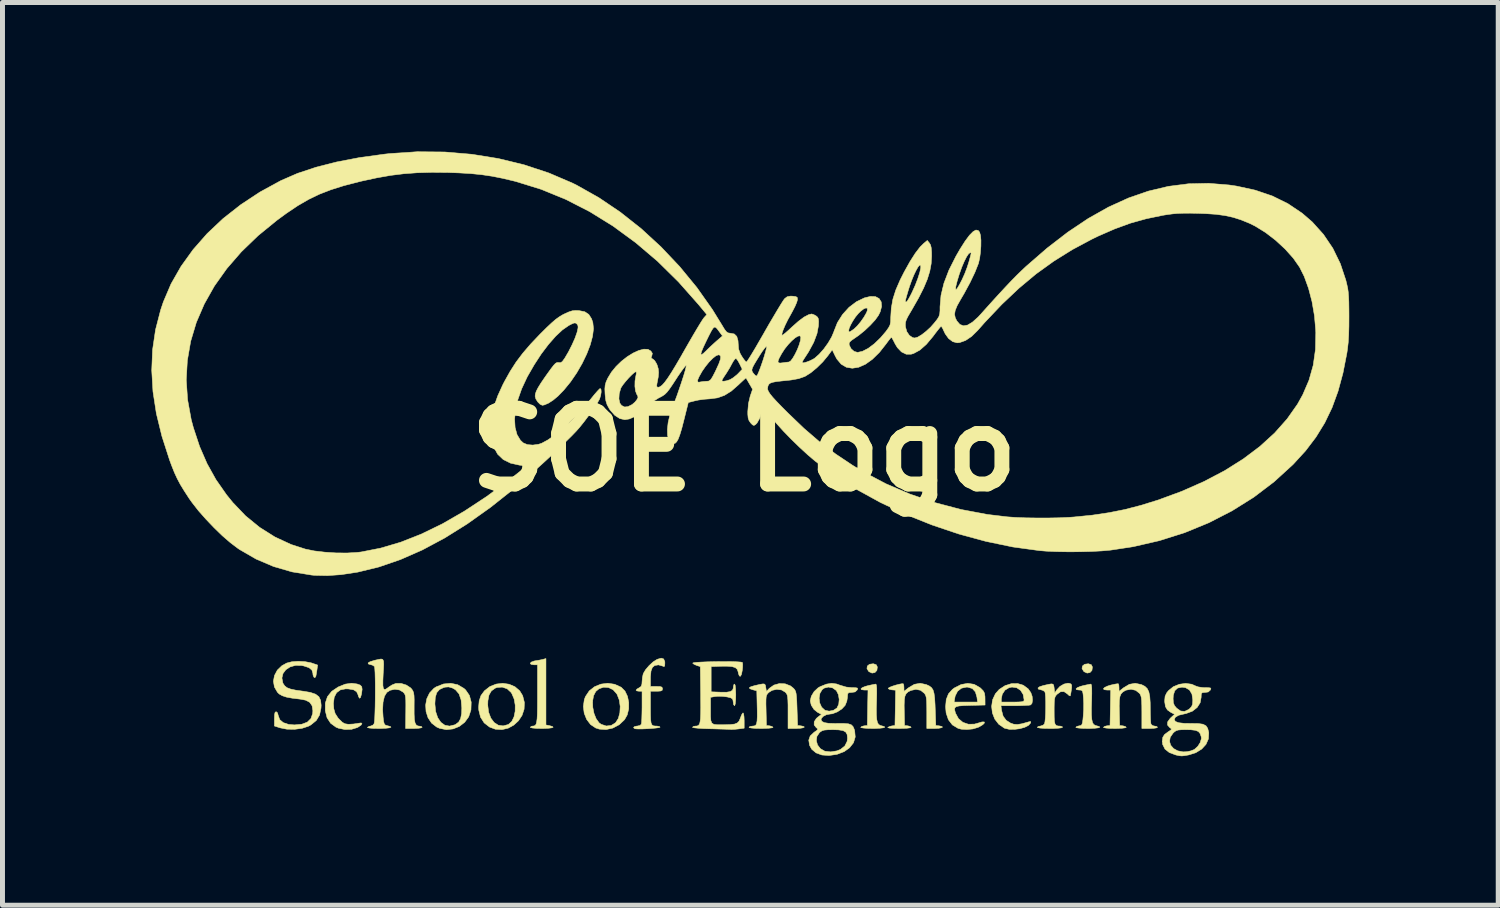
<source format=kicad_pcb>
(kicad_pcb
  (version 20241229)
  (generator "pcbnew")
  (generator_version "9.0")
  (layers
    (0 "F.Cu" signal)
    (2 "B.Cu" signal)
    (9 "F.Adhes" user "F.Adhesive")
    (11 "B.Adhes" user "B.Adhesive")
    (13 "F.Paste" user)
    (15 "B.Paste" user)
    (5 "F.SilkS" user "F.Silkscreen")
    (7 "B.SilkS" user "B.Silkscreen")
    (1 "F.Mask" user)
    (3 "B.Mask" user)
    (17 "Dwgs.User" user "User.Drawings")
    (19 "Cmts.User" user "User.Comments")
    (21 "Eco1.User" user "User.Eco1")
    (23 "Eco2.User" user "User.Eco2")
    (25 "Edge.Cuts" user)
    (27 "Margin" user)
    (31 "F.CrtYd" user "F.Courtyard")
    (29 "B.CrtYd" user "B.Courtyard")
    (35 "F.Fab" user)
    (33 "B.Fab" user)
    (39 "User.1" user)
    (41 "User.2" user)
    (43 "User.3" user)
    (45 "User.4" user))
  (footprint "SOE Logo"
    (layer "F.Cu")
    (at 11.933 6.005)
    (property "Reference" "SOE Logo" (at 0 0 0) (layer "F.SilkS") (effects (font (size 1.524 1.524) (thickness 0.3))))
    (attr through_hole)
    (fp_poly (pts (xy 2.605 4.31) (xy 2.66 4.329) (xy 2.681 4.374) (xy 2.672 4.443) (xy 2.632 4.486) (xy 2.575 4.497) (xy 2.514 4.469) (xy 2.505 4.461) (xy 2.472 4.405) (xy 2.48 4.354) (xy 2.524 4.319) (xy 2.597 4.309) (xy 2.605 4.31)) (stroke (width 0.01) (type solid)) (fill yes) (layer "F.SilkS"))
    (fp_poly (pts (xy 6.935 4.31) (xy 6.99 4.329) (xy 7.011 4.374) (xy 7.002 4.443) (xy 6.962 4.486) (xy 6.905 4.497) (xy 6.844 4.469) (xy 6.836 4.461) (xy 6.802 4.405) (xy 6.811 4.354) (xy 6.854 4.319) (xy 6.927 4.309) (xy 6.935 4.31)) (stroke (width 0.01) (type solid)) (fill yes) (layer "F.SilkS"))
    (fp_poly (pts (xy -3.991 5.541) (xy -3.919 5.555) (xy -3.86 5.572) (xy -3.846 5.587) (xy -3.874 5.599) (xy -3.942 5.608) (xy -4.045 5.612) (xy -4.076 5.612) (xy -4.184 5.61) (xy -4.262 5.603) (xy -4.302 5.593) (xy -4.306 5.588) (xy -4.286 5.568) (xy -4.262 5.564) (xy -4.232 5.561) (xy -4.208 5.55) (xy -4.19 5.526) (xy -4.178 5.482) (xy -4.169 5.413) (xy -4.164 5.315) (xy -4.162 5.181) (xy -4.161 5.007) (xy -4.161 4.918) (xy -4.161 4.33) (xy -4.233 4.33) (xy -4.291 4.321) (xy -4.307 4.3) (xy -4.286 4.275) (xy -4.23 4.254) (xy -4.203 4.249) (xy -4.124 4.236) (xy -4.058 4.222) (xy -4.046 4.219) (xy -3.991 4.204) (xy -3.991 5.541)) (stroke (width 0.01) (type solid)) (fill yes) (layer "F.SilkS"))
    (fp_poly (pts (xy 2.662 4.738) (xy 2.668 4.8) (xy 2.669 4.907) (xy 2.666 5.042) (xy 2.661 5.211) (xy 2.662 5.338) (xy 2.669 5.429) (xy 2.683 5.491) (xy 2.705 5.529) (xy 2.736 5.549) (xy 2.759 5.556) (xy 2.818 5.572) (xy 2.831 5.586) (xy 2.802 5.599) (xy 2.734 5.607) (xy 2.63 5.612) (xy 2.588 5.612) (xy 2.486 5.61) (xy 2.406 5.604) (xy 2.357 5.596) (xy 2.346 5.59) (xy 2.367 5.571) (xy 2.413 5.559) (xy 2.48 5.552) (xy 2.486 5.195) (xy 2.493 4.838) (xy 2.418 4.838) (xy 2.363 4.831) (xy 2.351 4.814) (xy 2.377 4.79) (xy 2.438 4.765) (xy 2.493 4.75) (xy 2.57 4.733) (xy 2.63 4.721) (xy 2.651 4.718) (xy 2.662 4.738)) (stroke (width 0.01) (type solid)) (fill yes) (layer "F.SilkS"))
    (fp_poly (pts (xy 6.992 4.738) (xy 6.998 4.8) (xy 6.999 4.907) (xy 6.996 5.042) (xy 6.991 5.211) (xy 6.992 5.338) (xy 6.999 5.429) (xy 7.013 5.491) (xy 7.035 5.529) (xy 7.067 5.549) (xy 7.089 5.556) (xy 7.148 5.572) (xy 7.161 5.586) (xy 7.132 5.599) (xy 7.064 5.607) (xy 6.96 5.612) (xy 6.918 5.612) (xy 6.816 5.61) (xy 6.736 5.604) (xy 6.687 5.596) (xy 6.677 5.59) (xy 6.697 5.571) (xy 6.743 5.559) (xy 6.776 5.553) (xy 6.797 5.537) (xy 6.81 5.501) (xy 6.82 5.435) (xy 6.827 5.358) (xy 6.835 5.237) (xy 6.836 5.108) (xy 6.831 5.001) (xy 6.823 4.915) (xy 6.813 4.866) (xy 6.795 4.844) (xy 6.765 4.838) (xy 6.745 4.838) (xy 6.692 4.831) (xy 6.681 4.814) (xy 6.708 4.79) (xy 6.769 4.765) (xy 6.823 4.75) (xy 6.901 4.733) (xy 6.96 4.721) (xy 6.981 4.718) (xy 6.992 4.738)) (stroke (width 0.01) (type solid)) (fill yes) (layer "F.SilkS"))
    (fp_poly (pts (xy -7.793 4.716) (xy -7.732 4.738) (xy -7.7 4.77) (xy -7.692 4.823) (xy -7.703 4.908) (xy -7.708 4.932) (xy -7.726 4.991) (xy -7.746 5.003) (xy -7.766 4.966) (xy -7.774 4.934) (xy -7.803 4.872) (xy -7.865 4.833) (xy -7.965 4.816) (xy -8.022 4.814) (xy -8.128 4.834) (xy -8.206 4.891) (xy -8.254 4.983) (xy -8.27 5.108) (xy -8.262 5.216) (xy -8.235 5.311) (xy -8.179 5.398) (xy -8.153 5.427) (xy -8.092 5.486) (xy -8.042 5.516) (xy -7.983 5.526) (xy -7.955 5.527) (xy -7.866 5.522) (xy -7.782 5.51) (xy -7.768 5.507) (xy -7.712 5.5) (xy -7.695 5.514) (xy -7.714 5.544) (xy -7.769 5.582) (xy -7.791 5.594) (xy -7.906 5.629) (xy -8.038 5.633) (xy -8.167 5.607) (xy -8.218 5.586) (xy -8.326 5.507) (xy -8.398 5.396) (xy -8.434 5.254) (xy -8.433 5.101) (xy -8.39 4.971) (xy -8.304 4.864) (xy -8.175 4.777) (xy -8.032 4.719) (xy -7.904 4.701) (xy -7.793 4.716)) (stroke (width 0.01) (type solid)) (fill yes) (layer "F.SilkS"))
    (fp_poly (pts (xy -2.607 4.722) (xy -2.476 4.782) (xy -2.4 4.859) (xy -2.349 4.965) (xy -2.324 5.089) (xy -2.325 5.218) (xy -2.355 5.34) (xy -2.409 5.435) (xy -2.516 5.536) (xy -2.643 5.603) (xy -2.781 5.634) (xy -2.917 5.625) (xy -2.989 5.602) (xy -3.093 5.532) (xy -3.171 5.43) (xy -3.221 5.305) (xy -3.238 5.169) (xy -3.223 5.062) (xy -3.052 5.062) (xy -3.048 5.185) (xy -3.024 5.307) (xy -2.981 5.415) (xy -2.922 5.497) (xy -2.882 5.527) (xy -2.777 5.562) (xy -2.677 5.551) (xy -2.59 5.497) (xy -2.589 5.496) (xy -2.534 5.41) (xy -2.503 5.295) (xy -2.496 5.167) (xy -2.515 5.038) (xy -2.56 4.923) (xy -2.567 4.913) (xy -2.639 4.832) (xy -2.731 4.788) (xy -2.83 4.781) (xy -2.924 4.813) (xy -2.988 4.867) (xy -3.032 4.952) (xy -3.052 5.062) (xy -3.223 5.062) (xy -3.219 5.033) (xy -3.196 4.97) (xy -3.119 4.855) (xy -3.012 4.771) (xy -2.885 4.719) (xy -2.746 4.701) (xy -2.607 4.722)) (stroke (width 0.01) (type solid)) (fill yes) (layer "F.SilkS"))
    (fp_poly (pts (xy -5.768 4.731) (xy -5.644 4.804) (xy -5.609 4.835) (xy -5.532 4.946) (xy -5.496 5.081) (xy -5.501 5.237) (xy -5.502 5.243) (xy -5.547 5.377) (xy -5.628 5.488) (xy -5.736 5.571) (xy -5.861 5.621) (xy -5.996 5.636) (xy -6.132 5.609) (xy -6.191 5.583) (xy -6.294 5.503) (xy -6.365 5.396) (xy -6.405 5.272) (xy -6.413 5.141) (xy -6.409 5.116) (xy -6.227 5.116) (xy -6.212 5.27) (xy -6.17 5.395) (xy -6.107 5.488) (xy -6.027 5.546) (xy -5.932 5.564) (xy -5.827 5.538) (xy -5.809 5.529) (xy -5.748 5.483) (xy -5.709 5.412) (xy -5.689 5.31) (xy -5.685 5.199) (xy -5.699 5.038) (xy -5.741 4.916) (xy -5.813 4.832) (xy -5.872 4.798) (xy -5.949 4.775) (xy -6.021 4.78) (xy -6.05 4.788) (xy -6.134 4.827) (xy -6.19 4.891) (xy -6.219 4.987) (xy -6.227 5.116) (xy -6.409 5.116) (xy -6.39 5.013) (xy -6.335 4.898) (xy -6.247 4.804) (xy -6.201 4.774) (xy -6.054 4.716) (xy -5.907 4.702) (xy -5.768 4.731)) (stroke (width 0.01) (type solid)) (fill yes) (layer "F.SilkS"))
    (fp_poly (pts (xy -4.733 4.721) (xy -4.616 4.771) (xy -4.52 4.853) (xy -4.46 4.951) (xy -4.425 5.089) (xy -4.431 5.224) (xy -4.472 5.348) (xy -4.544 5.457) (xy -4.639 5.544) (xy -4.752 5.606) (xy -4.877 5.635) (xy -5.009 5.627) (xy -5.127 5.583) (xy -5.235 5.499) (xy -5.308 5.384) (xy -5.343 5.243) (xy -5.346 5.187) (xy -5.343 5.143) (xy -5.163 5.143) (xy -5.145 5.286) (xy -5.1 5.404) (xy -5.034 5.492) (xy -4.95 5.546) (xy -4.853 5.56) (xy -4.749 5.532) (xy -4.744 5.529) (xy -4.679 5.47) (xy -4.634 5.378) (xy -4.611 5.265) (xy -4.61 5.142) (xy -4.631 5.02) (xy -4.677 4.912) (xy -4.694 4.885) (xy -4.772 4.813) (xy -4.871 4.779) (xy -4.975 4.786) (xy -5.014 4.801) (xy -5.09 4.856) (xy -5.138 4.939) (xy -5.16 5.055) (xy -5.163 5.143) (xy -5.343 5.143) (xy -5.335 5.053) (xy -5.299 4.948) (xy -5.232 4.857) (xy -5.23 4.854) (xy -5.12 4.768) (xy -4.994 4.718) (xy -4.862 4.702) (xy -4.733 4.721)) (stroke (width 0.01) (type solid)) (fill yes) (layer "F.SilkS"))
    (fp_poly (pts (xy 4.63 4.723) (xy 4.744 4.787) (xy 4.762 4.802) (xy 4.813 4.854) (xy 4.839 4.903) (xy 4.848 4.968) (xy 4.849 5.011) (xy 4.85 5.14) (xy 4.553 5.147) (xy 4.418 5.151) (xy 4.325 5.159) (xy 4.268 5.173) (xy 4.241 5.197) (xy 4.237 5.235) (xy 4.251 5.29) (xy 4.257 5.308) (xy 4.315 5.414) (xy 4.403 5.488) (xy 4.513 5.526) (xy 4.636 5.524) (xy 4.708 5.504) (xy 4.789 5.48) (xy 4.833 5.48) (xy 4.838 5.5) (xy 4.806 5.534) (xy 4.736 5.577) (xy 4.708 5.59) (xy 4.604 5.621) (xy 4.484 5.633) (xy 4.369 5.626) (xy 4.306 5.609) (xy 4.192 5.54) (xy 4.112 5.436) (xy 4.066 5.3) (xy 4.055 5.175) (xy 4.064 5.08) (xy 4.227 5.08) (xy 4.699 5.08) (xy 4.686 4.98) (xy 4.655 4.875) (xy 4.594 4.808) (xy 4.503 4.78) (xy 4.475 4.779) (xy 4.375 4.801) (xy 4.297 4.862) (xy 4.249 4.956) (xy 4.242 4.991) (xy 4.227 5.08) (xy 4.064 5.08) (xy 4.068 5.029) (xy 4.113 4.915) (xy 4.193 4.825) (xy 4.232 4.796) (xy 4.368 4.727) (xy 4.503 4.703) (xy 4.63 4.723)) (stroke (width 0.01) (type solid)) (fill yes) (layer "F.SilkS"))
    (fp_poly (pts (xy 5.621 4.742) (xy 5.717 4.813) (xy 5.772 4.891) (xy 5.798 4.965) (xy 5.805 5.042) (xy 5.795 5.105) (xy 5.767 5.138) (xy 5.729 5.144) (xy 5.653 5.148) (xy 5.552 5.152) (xy 5.45 5.153) (xy 5.17 5.153) (xy 5.183 5.25) (xy 5.214 5.365) (xy 5.276 5.448) (xy 5.362 5.503) (xy 5.427 5.526) (xy 5.499 5.532) (xy 5.588 5.518) (xy 5.707 5.485) (xy 5.727 5.479) (xy 5.766 5.471) (xy 5.77 5.491) (xy 5.767 5.501) (xy 5.725 5.549) (xy 5.649 5.588) (xy 5.55 5.616) (xy 5.442 5.63) (xy 5.337 5.629) (xy 5.248 5.608) (xy 5.237 5.604) (xy 5.126 5.527) (xy 5.045 5.422) (xy 4.997 5.298) (xy 4.982 5.166) (xy 5.002 5.034) (xy 5.009 5.018) (xy 5.177 5.018) (xy 5.177 5.08) (xy 5.407 5.08) (xy 5.514 5.079) (xy 5.581 5.075) (xy 5.618 5.067) (xy 5.634 5.052) (xy 5.636 5.035) (xy 5.617 4.927) (xy 5.565 4.844) (xy 5.487 4.792) (xy 5.392 4.778) (xy 5.332 4.791) (xy 5.25 4.841) (xy 5.196 4.923) (xy 5.177 5.018) (xy 5.009 5.018) (xy 5.058 4.913) (xy 5.135 4.826) (xy 5.255 4.748) (xy 5.381 4.709) (xy 5.506 4.707) (xy 5.621 4.742)) (stroke (width 0.01) (type solid)) (fill yes) (layer "F.SilkS"))
    (fp_poly (pts (xy 3.666 4.728) (xy 3.727 4.756) (xy 3.771 4.789) (xy 3.802 4.835) (xy 3.822 4.902) (xy 3.835 4.998) (xy 3.843 5.13) (xy 3.846 5.213) (xy 3.858 5.552) (xy 3.925 5.559) (xy 3.981 5.571) (xy 3.993 5.585) (xy 3.969 5.598) (xy 3.912 5.609) (xy 3.834 5.612) (xy 3.677 5.612) (xy 3.677 5.289) (xy 3.676 5.155) (xy 3.673 5.06) (xy 3.667 4.995) (xy 3.656 4.951) (xy 3.639 4.919) (xy 3.628 4.904) (xy 3.552 4.843) (xy 3.457 4.824) (xy 3.355 4.847) (xy 3.3 4.875) (xy 3.262 4.91) (xy 3.237 4.961) (xy 3.225 5.036) (xy 3.221 5.144) (xy 3.223 5.267) (xy 3.229 5.552) (xy 3.296 5.559) (xy 3.344 5.572) (xy 3.362 5.59) (xy 3.34 5.599) (xy 3.279 5.607) (xy 3.189 5.611) (xy 3.116 5.612) (xy 3.005 5.61) (xy 2.929 5.605) (xy 2.893 5.596) (xy 2.892 5.59) (xy 2.932 5.57) (xy 2.975 5.56) (xy 3.036 5.552) (xy 3.043 5.196) (xy 3.049 4.841) (xy 2.97 4.834) (xy 2.919 4.822) (xy 2.899 4.804) (xy 2.9 4.802) (xy 2.926 4.784) (xy 2.983 4.761) (xy 3.055 4.738) (xy 3.127 4.72) (xy 3.182 4.71) (xy 3.205 4.713) (xy 3.214 4.744) (xy 3.217 4.795) (xy 3.217 4.865) (xy 3.308 4.793) (xy 3.426 4.723) (xy 3.545 4.702) (xy 3.666 4.728)) (stroke (width 0.01) (type solid)) (fill yes) (layer "F.SilkS"))
    (fp_poly (pts (xy 6.546 4.703) (xy 6.58 4.716) (xy 6.594 4.742) (xy 6.593 4.793) (xy 6.588 4.832) (xy 6.577 4.902) (xy 6.568 4.948) (xy 6.564 4.957) (xy 6.543 4.949) (xy 6.506 4.915) (xy 6.506 4.915) (xy 6.44 4.87) (xy 6.371 4.872) (xy 6.301 4.922) (xy 6.275 4.95) (xy 6.258 4.982) (xy 6.248 5.026) (xy 6.243 5.093) (xy 6.241 5.193) (xy 6.241 5.258) (xy 6.242 5.384) (xy 6.247 5.47) (xy 6.259 5.523) (xy 6.282 5.551) (xy 6.318 5.562) (xy 6.364 5.564) (xy 6.402 5.574) (xy 6.41 5.588) (xy 6.387 5.599) (xy 6.323 5.607) (xy 6.223 5.612) (xy 6.156 5.612) (xy 6.04 5.61) (xy 5.956 5.604) (xy 5.909 5.594) (xy 5.902 5.588) (xy 5.923 5.57) (xy 5.962 5.564) (xy 6.02 5.545) (xy 6.047 5.517) (xy 6.056 5.475) (xy 6.064 5.398) (xy 6.069 5.298) (xy 6.071 5.187) (xy 6.071 5.076) (xy 6.068 4.979) (xy 6.062 4.906) (xy 6.053 4.871) (xy 6.017 4.846) (xy 5.977 4.834) (xy 5.923 4.819) (xy 5.915 4.797) (xy 5.949 4.771) (xy 6.024 4.747) (xy 6.029 4.746) (xy 6.126 4.724) (xy 6.185 4.714) (xy 6.218 4.72) (xy 6.232 4.744) (xy 6.24 4.789) (xy 6.241 4.801) (xy 6.253 4.897) (xy 6.296 4.832) (xy 6.358 4.765) (xy 6.438 4.718) (xy 6.517 4.7) (xy 6.546 4.703)) (stroke (width 0.01) (type solid)) (fill yes) (layer "F.SilkS"))
    (fp_poly (pts (xy 7.996 4.728) (xy 8 4.729) (xy 8.067 4.763) (xy 8.115 4.809) (xy 8.147 4.874) (xy 8.166 4.966) (xy 8.175 5.093) (xy 8.176 5.209) (xy 8.178 5.323) (xy 8.181 5.422) (xy 8.186 5.494) (xy 8.191 5.526) (xy 8.224 5.555) (xy 8.264 5.564) (xy 8.308 5.572) (xy 8.322 5.588) (xy 8.299 5.601) (xy 8.24 5.609) (xy 8.164 5.612) (xy 8.007 5.612) (xy 8.007 5.289) (xy 8.006 5.155) (xy 8.003 5.061) (xy 7.997 4.996) (xy 7.986 4.952) (xy 7.97 4.919) (xy 7.958 4.903) (xy 7.883 4.844) (xy 7.789 4.822) (xy 7.691 4.84) (xy 7.672 4.848) (xy 7.622 4.879) (xy 7.587 4.917) (xy 7.565 4.97) (xy 7.554 5.047) (xy 7.551 5.157) (xy 7.553 5.267) (xy 7.56 5.552) (xy 7.626 5.559) (xy 7.674 5.572) (xy 7.693 5.59) (xy 7.67 5.599) (xy 7.61 5.607) (xy 7.522 5.611) (xy 7.463 5.612) (xy 7.364 5.61) (xy 7.287 5.604) (xy 7.241 5.595) (xy 7.233 5.59) (xy 7.254 5.571) (xy 7.299 5.559) (xy 7.366 5.552) (xy 7.373 5.195) (xy 7.379 4.838) (xy 7.306 4.838) (xy 7.248 4.831) (xy 7.233 4.812) (xy 7.257 4.786) (xy 7.317 4.758) (xy 7.378 4.739) (xy 7.456 4.721) (xy 7.513 4.712) (xy 7.535 4.713) (xy 7.544 4.744) (xy 7.547 4.795) (xy 7.547 4.865) (xy 7.638 4.793) (xy 7.755 4.723) (xy 7.873 4.702) (xy 7.996 4.728)) (stroke (width 0.01) (type solid)) (fill yes) (layer "F.SilkS"))
    (fp_poly (pts (xy -1.621 4.212) (xy -1.598 4.266) (xy -1.597 4.297) (xy -1.6 4.351) (xy -1.614 4.367) (xy -1.643 4.355) (xy -1.726 4.331) (xy -1.802 4.344) (xy -1.849 4.384) (xy -1.876 4.456) (xy -1.887 4.573) (xy -1.887 4.602) (xy -1.887 4.766) (xy -1.766 4.766) (xy -1.693 4.768) (xy -1.657 4.779) (xy -1.645 4.803) (xy -1.645 4.814) (xy -1.651 4.843) (xy -1.678 4.857) (xy -1.738 4.862) (xy -1.766 4.862) (xy -1.887 4.862) (xy -1.887 5.198) (xy -1.886 5.338) (xy -1.883 5.437) (xy -1.874 5.502) (xy -1.857 5.539) (xy -1.83 5.558) (xy -1.788 5.563) (xy -1.752 5.564) (xy -1.707 5.572) (xy -1.693 5.586) (xy -1.716 5.595) (xy -1.774 5.603) (xy -1.856 5.611) (xy -1.951 5.617) (xy -2.045 5.621) (xy -2.128 5.622) (xy -2.185 5.619) (xy -2.202 5.616) (xy -2.227 5.597) (xy -2.213 5.576) (xy -2.169 5.564) (xy -2.156 5.564) (xy -2.097 5.551) (xy -2.071 5.526) (xy -2.065 5.488) (xy -2.061 5.412) (xy -2.058 5.309) (xy -2.056 5.19) (xy -2.056 5.175) (xy -2.056 4.862) (xy -2.117 4.862) (xy -2.162 4.855) (xy -2.177 4.842) (xy -2.158 4.818) (xy -2.117 4.794) (xy -2.076 4.766) (xy -2.059 4.72) (xy -2.056 4.671) (xy -2.049 4.588) (xy -2.033 4.514) (xy -2.031 4.507) (xy -1.986 4.43) (xy -1.915 4.347) (xy -1.833 4.271) (xy -1.754 4.221) (xy -1.749 4.219) (xy -1.67 4.196) (xy -1.621 4.212)) (stroke (width 0.01) (type solid)) (fill yes) (layer "F.SilkS"))
    (fp_poly (pts (xy -8.845 4.266) (xy -8.723 4.289) (xy -8.701 4.296) (xy -8.588 4.335) (xy -8.602 4.435) (xy -8.613 4.506) (xy -8.623 4.559) (xy -8.626 4.567) (xy -8.644 4.59) (xy -8.665 4.576) (xy -8.681 4.535) (xy -8.684 4.499) (xy -8.704 4.435) (xy -8.764 4.387) (xy -8.867 4.353) (xy -8.914 4.344) (xy -9.036 4.342) (xy -9.143 4.373) (xy -9.228 4.429) (xy -9.285 4.505) (xy -9.307 4.595) (xy -9.289 4.692) (xy -9.28 4.712) (xy -9.248 4.757) (xy -9.202 4.792) (xy -9.133 4.818) (xy -9.032 4.84) (xy -8.892 4.86) (xy -8.88 4.861) (xy -8.734 4.886) (xy -8.63 4.921) (xy -8.563 4.972) (xy -8.528 5.045) (xy -8.517 5.144) (xy -8.52 5.202) (xy -8.549 5.34) (xy -8.615 5.451) (xy -8.723 5.539) (xy -8.774 5.567) (xy -8.902 5.609) (xy -9.053 5.629) (xy -9.209 5.626) (xy -9.344 5.599) (xy -9.458 5.562) (xy -9.458 5.418) (xy -9.455 5.333) (xy -9.445 5.288) (xy -9.425 5.274) (xy -9.424 5.274) (xy -9.396 5.296) (xy -9.381 5.351) (xy -9.351 5.434) (xy -9.28 5.494) (xy -9.172 5.53) (xy -9.055 5.54) (xy -8.906 5.526) (xy -8.795 5.484) (xy -8.723 5.412) (xy -8.688 5.312) (xy -8.684 5.255) (xy -8.699 5.156) (xy -8.746 5.086) (xy -8.83 5.042) (xy -8.941 5.021) (xy -9.099 5.002) (xy -9.217 4.98) (xy -9.301 4.952) (xy -9.362 4.917) (xy -9.396 4.884) (xy -9.458 4.777) (xy -9.478 4.661) (xy -9.457 4.546) (xy -9.4 4.438) (xy -9.307 4.348) (xy -9.211 4.295) (xy -9.109 4.269) (xy -8.98 4.259) (xy -8.845 4.266)) (stroke (width 0.01) (type solid)) (fill yes) (layer "F.SilkS"))
    (fp_poly (pts (xy 0.826 4.713) (xy 0.933 4.755) (xy 0.993 4.803) (xy 1.017 4.831) (xy 1.034 4.863) (xy 1.045 4.906) (xy 1.053 4.971) (xy 1.059 5.065) (xy 1.064 5.199) (xy 1.064 5.209) (xy 1.076 5.552) (xy 1.143 5.559) (xy 1.199 5.571) (xy 1.212 5.584) (xy 1.187 5.598) (xy 1.131 5.608) (xy 1.047 5.612) (xy 1.046 5.612) (xy 0.883 5.612) (xy 0.883 5.274) (xy 0.883 5.139) (xy 0.88 5.044) (xy 0.875 4.98) (xy 0.866 4.937) (xy 0.851 4.908) (xy 0.83 4.883) (xy 0.828 4.881) (xy 0.752 4.836) (xy 0.657 4.824) (xy 0.563 4.844) (xy 0.497 4.885) (xy 0.471 4.911) (xy 0.454 4.938) (xy 0.443 4.975) (xy 0.439 5.031) (xy 0.438 5.117) (xy 0.441 5.24) (xy 0.441 5.248) (xy 0.448 5.552) (xy 0.514 5.559) (xy 0.562 5.572) (xy 0.581 5.59) (xy 0.558 5.599) (xy 0.497 5.607) (xy 0.408 5.611) (xy 0.339 5.612) (xy 0.226 5.61) (xy 0.145 5.603) (xy 0.102 5.594) (xy 0.097 5.588) (xy 0.118 5.571) (xy 0.168 5.564) (xy 0.169 5.564) (xy 0.206 5.56) (xy 0.233 5.546) (xy 0.25 5.514) (xy 0.26 5.457) (xy 0.264 5.369) (xy 0.263 5.244) (xy 0.261 5.154) (xy 0.254 4.853) (xy 0.175 4.833) (xy 0.116 4.812) (xy 0.103 4.792) (xy 0.136 4.771) (xy 0.217 4.747) (xy 0.224 4.746) (xy 0.32 4.724) (xy 0.38 4.714) (xy 0.412 4.719) (xy 0.427 4.74) (xy 0.434 4.779) (xy 0.435 4.786) (xy 0.448 4.867) (xy 0.506 4.804) (xy 0.599 4.738) (xy 0.71 4.707) (xy 0.826 4.713)) (stroke (width 0.01) (type solid)) (fill yes) (layer "F.SilkS"))
    (fp_poly (pts (xy -7.277 4.222) (xy -7.261 4.256) (xy -7.258 4.319) (xy -7.262 4.42) (xy -7.268 4.509) (xy -7.274 4.649) (xy -7.274 4.746) (xy -7.265 4.804) (xy -7.246 4.827) (xy -7.214 4.82) (xy -7.168 4.788) (xy -7.159 4.78) (xy -7.089 4.735) (xy -7.016 4.706) (xy -7.008 4.705) (xy -6.906 4.705) (xy -6.801 4.738) (xy -6.715 4.795) (xy -6.691 4.822) (xy -6.669 4.857) (xy -6.655 4.896) (xy -6.647 4.951) (xy -6.644 5.032) (xy -6.645 5.15) (xy -6.645 5.168) (xy -6.645 5.319) (xy -6.64 5.427) (xy -6.626 5.5) (xy -6.603 5.542) (xy -6.57 5.561) (xy -6.544 5.564) (xy -6.498 5.572) (xy -6.483 5.588) (xy -6.505 5.6) (xy -6.565 5.609) (xy -6.65 5.612) (xy -6.817 5.612) (xy -6.813 5.274) (xy -6.812 5.14) (xy -6.813 5.044) (xy -6.818 4.98) (xy -6.826 4.938) (xy -6.841 4.909) (xy -6.861 4.885) (xy -6.865 4.881) (xy -6.941 4.836) (xy -7.035 4.823) (xy -7.128 4.843) (xy -7.195 4.886) (xy -7.243 4.965) (xy -7.271 5.083) (xy -7.279 5.234) (xy -7.27 5.381) (xy -7.26 5.467) (xy -7.247 5.517) (xy -7.227 5.542) (xy -7.193 5.554) (xy -7.183 5.556) (xy -7.124 5.572) (xy -7.111 5.586) (xy -7.14 5.599) (xy -7.209 5.607) (xy -7.313 5.612) (xy -7.355 5.612) (xy -7.474 5.61) (xy -7.551 5.603) (xy -7.584 5.593) (xy -7.584 5.588) (xy -7.55 5.568) (xy -7.523 5.564) (xy -7.475 5.544) (xy -7.452 5.517) (xy -7.444 5.48) (xy -7.438 5.404) (xy -7.434 5.297) (xy -7.43 5.168) (xy -7.428 5.026) (xy -7.427 4.878) (xy -7.427 4.734) (xy -7.429 4.602) (xy -7.432 4.491) (xy -7.437 4.41) (xy -7.443 4.366) (xy -7.445 4.363) (xy -7.481 4.338) (xy -7.523 4.326) (xy -7.569 4.312) (xy -7.571 4.292) (xy -7.531 4.267) (xy -7.452 4.243) (xy -7.443 4.24) (xy -7.363 4.222) (xy -7.31 4.213) (xy -7.277 4.222)) (stroke (width 0.01) (type solid)) (fill yes) (layer "F.SilkS"))
    (fp_poly (pts (xy -0.235 4.266) (xy -0.137 4.27) (xy -0.068 4.275) (xy -0.036 4.282) (xy -0.036 4.283) (xy -0.03 4.319) (xy -0.032 4.385) (xy -0.038 4.44) (xy -0.054 4.522) (xy -0.075 4.561) (xy -0.097 4.555) (xy -0.116 4.505) (xy -0.121 4.475) (xy -0.139 4.422) (xy -0.177 4.387) (xy -0.244 4.366) (xy -0.346 4.358) (xy -0.479 4.359) (xy -0.665 4.366) (xy -0.665 4.874) (xy -0.475 4.881) (xy -0.358 4.882) (xy -0.281 4.87) (xy -0.237 4.844) (xy -0.219 4.8) (xy -0.218 4.775) (xy -0.209 4.731) (xy -0.194 4.717) (xy -0.182 4.74) (xy -0.174 4.803) (xy -0.17 4.899) (xy -0.169 4.935) (xy -0.172 5.039) (xy -0.179 5.114) (xy -0.19 5.15) (xy -0.194 5.153) (xy -0.213 5.132) (xy -0.218 5.098) (xy -0.226 5.042) (xy -0.237 5.015) (xy -0.273 4.994) (xy -0.342 4.977) (xy -0.429 4.966) (xy -0.518 4.963) (xy -0.591 4.969) (xy -0.677 4.985) (xy -0.677 5.248) (xy -0.677 5.371) (xy -0.671 5.453) (xy -0.651 5.503) (xy -0.61 5.529) (xy -0.54 5.537) (xy -0.434 5.537) (xy -0.399 5.537) (xy -0.277 5.533) (xy -0.193 5.523) (xy -0.139 5.501) (xy -0.104 5.466) (xy -0.08 5.411) (xy -0.076 5.4) (xy -0.052 5.338) (xy -0.029 5.302) (xy -0.022 5.298) (xy -0.011 5.32) (xy -0.003 5.377) (xy 0 5.452) (xy 0 5.606) (xy -0.112 5.621) (xy -0.192 5.629) (xy -0.258 5.632) (xy -0.276 5.631) (xy -0.317 5.629) (xy -0.397 5.626) (xy -0.505 5.623) (xy -0.631 5.619) (xy -0.683 5.618) (xy -0.82 5.614) (xy -0.929 5.607) (xy -1.004 5.599) (xy -1.039 5.59) (xy -1.04 5.587) (xy -1.02 5.569) (xy -0.983 5.564) (xy -0.948 5.562) (xy -0.922 5.551) (xy -0.902 5.527) (xy -0.889 5.484) (xy -0.88 5.417) (xy -0.876 5.319) (xy -0.874 5.187) (xy -0.876 5.013) (xy -0.876 4.932) (xy -0.883 4.366) (xy -0.958 4.342) (xy -1.01 4.319) (xy -1.036 4.297) (xy -1.036 4.295) (xy -1.015 4.287) (xy -0.954 4.28) (xy -0.862 4.275) (xy -0.747 4.27) (xy -0.618 4.267) (xy -0.484 4.265) (xy -0.354 4.265) (xy -0.235 4.266)) (stroke (width 0.01) (type solid)) (fill yes) (layer "F.SilkS"))
    (fp_poly (pts (xy 1.862 4.716) (xy 1.924 4.739) (xy 2.054 4.778) (xy 2.169 4.79) (xy 2.243 4.791) (xy 2.279 4.798) (xy 2.285 4.814) (xy 2.274 4.838) (xy 2.233 4.876) (xy 2.164 4.886) (xy 2.109 4.89) (xy 2.086 4.91) (xy 2.08 4.96) (xy 2.08 4.977) (xy 2.067 5.062) (xy 2.034 5.143) (xy 2.033 5.146) (xy 1.967 5.218) (xy 1.875 5.278) (xy 1.776 5.316) (xy 1.724 5.322) (xy 1.654 5.335) (xy 1.591 5.368) (xy 1.553 5.411) (xy 1.548 5.431) (xy 1.564 5.468) (xy 1.613 5.494) (xy 1.701 5.508) (xy 1.83 5.512) (xy 1.884 5.511) (xy 2.011 5.511) (xy 2.098 5.518) (xy 2.155 5.537) (xy 2.191 5.572) (xy 2.215 5.626) (xy 2.225 5.659) (xy 2.236 5.783) (xy 2.201 5.899) (xy 2.122 6) (xy 2.013 6.078) (xy 1.868 6.133) (xy 1.708 6.156) (xy 1.565 6.146) (xy 1.447 6.103) (xy 1.36 6.03) (xy 1.316 5.95) (xy 1.302 5.858) (xy 1.453 5.858) (xy 1.477 5.944) (xy 1.534 6.018) (xy 1.619 6.067) (xy 1.628 6.07) (xy 1.743 6.083) (xy 1.866 6.063) (xy 1.939 6.034) (xy 2.026 5.965) (xy 2.073 5.871) (xy 2.08 5.808) (xy 2.073 5.734) (xy 2.046 5.685) (xy 1.992 5.655) (xy 1.904 5.64) (xy 1.79 5.636) (xy 1.685 5.638) (xy 1.616 5.644) (xy 1.57 5.657) (xy 1.534 5.68) (xy 1.515 5.696) (xy 1.464 5.772) (xy 1.453 5.858) (xy 1.302 5.858) (xy 1.3 5.848) (xy 1.329 5.763) (xy 1.405 5.691) (xy 1.41 5.687) (xy 1.464 5.65) (xy 1.482 5.627) (xy 1.468 5.608) (xy 1.451 5.595) (xy 1.409 5.541) (xy 1.41 5.477) (xy 1.452 5.411) (xy 1.479 5.387) (xy 1.556 5.327) (xy 1.48 5.288) (xy 1.405 5.228) (xy 1.351 5.144) (xy 1.33 5.056) (xy 1.343 5) (xy 1.509 5) (xy 1.521 5.098) (xy 1.56 5.184) (xy 1.624 5.243) (xy 1.628 5.246) (xy 1.71 5.263) (xy 1.796 5.247) (xy 1.865 5.202) (xy 1.869 5.198) (xy 1.904 5.123) (xy 1.913 5.027) (xy 1.897 4.93) (xy 1.857 4.85) (xy 1.854 4.847) (xy 1.781 4.795) (xy 1.695 4.778) (xy 1.612 4.799) (xy 1.571 4.829) (xy 1.525 4.905) (xy 1.509 5) (xy 1.343 5) (xy 1.352 4.962) (xy 1.408 4.869) (xy 1.488 4.794) (xy 1.529 4.77) (xy 1.656 4.719) (xy 1.762 4.702) (xy 1.862 4.716)) (stroke (width 0.01) (type solid)) (fill yes) (layer "F.SilkS"))
    (fp_poly (pts (xy 9.011 4.721) (xy 9.089 4.756) (xy 9.143 4.775) (xy 9.223 4.787) (xy 9.277 4.79) (xy 9.353 4.791) (xy 9.39 4.797) (xy 9.397 4.813) (xy 9.386 4.838) (xy 9.343 4.877) (xy 9.279 4.886) (xy 9.227 4.89) (xy 9.205 4.908) (xy 9.201 4.956) (xy 9.201 4.982) (xy 9.181 5.093) (xy 9.12 5.189) (xy 9.024 5.264) (xy 8.898 5.311) (xy 8.86 5.319) (xy 8.747 5.346) (xy 8.68 5.386) (xy 8.66 5.434) (xy 8.682 5.471) (xy 8.748 5.496) (xy 8.859 5.509) (xy 9.014 5.511) (xy 9.145 5.513) (xy 9.237 5.526) (xy 9.297 5.557) (xy 9.332 5.608) (xy 9.352 5.686) (xy 9.354 5.701) (xy 9.347 5.821) (xy 9.298 5.932) (xy 9.212 6.026) (xy 9.094 6.099) (xy 8.953 6.144) (xy 8.869 6.159) (xy 8.813 6.165) (xy 8.764 6.161) (xy 8.702 6.148) (xy 8.687 6.144) (xy 8.56 6.097) (xy 8.472 6.026) (xy 8.425 5.932) (xy 8.419 5.873) (xy 8.564 5.873) (xy 8.588 5.95) (xy 8.645 6.016) (xy 8.729 6.062) (xy 8.836 6.083) (xy 8.914 6.08) (xy 8.992 6.063) (xy 9.059 6.037) (xy 9.067 6.032) (xy 9.133 5.972) (xy 9.182 5.895) (xy 9.205 5.818) (xy 9.203 5.782) (xy 9.181 5.716) (xy 9.145 5.673) (xy 9.086 5.649) (xy 8.995 5.638) (xy 8.909 5.636) (xy 8.808 5.637) (xy 8.741 5.643) (xy 8.697 5.656) (xy 8.661 5.681) (xy 8.634 5.707) (xy 8.578 5.789) (xy 8.564 5.873) (xy 8.419 5.873) (xy 8.418 5.869) (xy 8.428 5.791) (xy 8.463 5.734) (xy 8.534 5.681) (xy 8.587 5.646) (xy 8.603 5.625) (xy 8.587 5.606) (xy 8.567 5.593) (xy 8.523 5.542) (xy 8.525 5.481) (xy 8.574 5.412) (xy 8.591 5.395) (xy 8.666 5.326) (xy 8.591 5.288) (xy 8.521 5.238) (xy 8.482 5.172) (xy 8.467 5.076) (xy 8.467 5.046) (xy 8.47 5.012) (xy 8.636 5.012) (xy 8.641 5.094) (xy 8.663 5.151) (xy 8.707 5.203) (xy 8.787 5.26) (xy 8.868 5.268) (xy 8.95 5.229) (xy 8.966 5.216) (xy 9.007 5.173) (xy 9.027 5.124) (xy 9.032 5.049) (xy 9.032 5.034) (xy 9.015 4.919) (xy 8.965 4.836) (xy 8.886 4.79) (xy 8.815 4.78) (xy 8.727 4.798) (xy 8.669 4.852) (xy 8.64 4.944) (xy 8.636 5.012) (xy 8.47 5.012) (xy 8.475 4.962) (xy 8.507 4.895) (xy 8.542 4.851) (xy 8.64 4.771) (xy 8.76 4.722) (xy 8.888 4.704) (xy 9.011 4.721)) (stroke (width 0.01) (type solid)) (fill yes) (layer "F.SilkS"))
    (fp_poly (pts (xy -6.03 -5.995) (xy -5.484 -5.949) (xy -4.95 -5.863) (xy -4.431 -5.737) (xy -3.932 -5.572) (xy -3.46 -5.37) (xy -3.371 -5.326) (xy -2.927 -5.076) (xy -2.493 -4.783) (xy -2.074 -4.452) (xy -1.675 -4.085) (xy -1.3 -3.689) (xy -0.953 -3.267) (xy -0.641 -2.825) (xy -0.447 -2.51) (xy -0.397 -2.427) (xy -0.36 -2.378) (xy -0.327 -2.354) (xy -0.289 -2.347) (xy -0.277 -2.346) (xy -0.199 -2.331) (xy -0.149 -2.282) (xy -0.124 -2.195) (xy -0.12 -2.127) (xy -0.112 -2.027) (xy -0.082 -1.941) (xy -0.048 -1.881) (xy -0.005 -1.818) (xy 0.03 -1.776) (xy 0.046 -1.766) (xy 0.062 -1.786) (xy 0.1 -1.843) (xy 0.155 -1.932) (xy 0.224 -2.047) (xy 0.303 -2.184) (xy 0.391 -2.336) (xy 0.414 -2.377) (xy 0.505 -2.536) (xy 0.592 -2.683) (xy 0.669 -2.813) (xy 0.734 -2.92) (xy 0.783 -2.998) (xy 0.813 -3.04) (xy 0.816 -3.043) (xy 0.867 -3.081) (xy 0.93 -3.093) (xy 0.974 -3.092) (xy 1.038 -3.084) (xy 1.067 -3.068) (xy 1.073 -3.034) (xy 1.072 -3.017) (xy 1.058 -2.968) (xy 1.025 -2.89) (xy 0.977 -2.796) (xy 0.946 -2.739) (xy 0.879 -2.618) (xy 0.824 -2.506) (xy 0.784 -2.411) (xy 0.761 -2.341) (xy 0.76 -2.305) (xy 0.761 -2.303) (xy 0.782 -2.314) (xy 0.831 -2.352) (xy 0.898 -2.411) (xy 0.961 -2.47) (xy 1.093 -2.587) (xy 1.207 -2.672) (xy 1.301 -2.721) (xy 1.359 -2.734) (xy 1.402 -2.72) (xy 1.449 -2.694) (xy 1.479 -2.668) (xy 1.494 -2.635) (xy 1.499 -2.582) (xy 1.495 -2.495) (xy 1.466 -2.338) (xy 1.4 -2.162) (xy 1.297 -1.972) (xy 1.231 -1.87) (xy 1.191 -1.809) (xy 1.169 -1.766) (xy 1.166 -1.753) (xy 1.198 -1.75) (xy 1.257 -1.766) (xy 1.328 -1.793) (xy 1.396 -1.828) (xy 1.421 -1.844) (xy 1.509 -1.922) (xy 1.603 -2.028) (xy 1.69 -2.149) (xy 1.761 -2.27) (xy 1.806 -2.376) (xy 1.806 -2.379) (xy 1.811 -2.391) (xy 2.103 -2.391) (xy 2.117 -2.371) (xy 2.118 -2.371) (xy 2.144 -2.384) (xy 2.193 -2.418) (xy 2.213 -2.432) (xy 2.276 -2.492) (xy 2.346 -2.576) (xy 2.411 -2.669) (xy 2.46 -2.754) (xy 2.479 -2.8) (xy 2.481 -2.844) (xy 2.455 -2.856) (xy 2.408 -2.837) (xy 2.346 -2.79) (xy 2.299 -2.744) (xy 2.239 -2.671) (xy 2.185 -2.589) (xy 2.141 -2.509) (xy 2.112 -2.44) (xy 2.103 -2.391) (xy 1.811 -2.391) (xy 1.877 -2.559) (xy 1.981 -2.724) (xy 2.111 -2.867) (xy 2.26 -2.98) (xy 2.419 -3.057) (xy 2.541 -3.087) (xy 2.643 -3.083) (xy 2.716 -3.045) (xy 2.759 -2.977) (xy 2.767 -2.886) (xy 2.739 -2.778) (xy 2.703 -2.705) (xy 2.636 -2.612) (xy 2.539 -2.507) (xy 2.425 -2.399) (xy 2.305 -2.302) (xy 2.23 -2.25) (xy 2.16 -2.202) (xy 2.123 -2.167) (xy 2.112 -2.134) (xy 2.116 -2.106) (xy 2.153 -2.033) (xy 2.214 -1.98) (xy 2.283 -1.96) (xy 2.382 -1.982) (xy 2.497 -2.041) (xy 2.621 -2.134) (xy 2.746 -2.255) (xy 2.853 -2.38) (xy 2.906 -2.454) (xy 2.936 -2.511) (xy 2.948 -2.573) (xy 2.951 -2.66) (xy 2.951 -2.668) (xy 2.962 -2.851) (xy 2.988 -2.995) (xy 3.245 -2.995) (xy 3.247 -2.979) (xy 3.255 -2.975) (xy 3.265 -2.975) (xy 3.285 -2.996) (xy 3.319 -3.051) (xy 3.361 -3.13) (xy 3.383 -3.175) (xy 3.446 -3.315) (xy 3.497 -3.449) (xy 3.535 -3.567) (xy 3.554 -3.657) (xy 3.556 -3.684) (xy 3.548 -3.719) (xy 3.527 -3.713) (xy 3.496 -3.673) (xy 3.458 -3.605) (xy 3.415 -3.515) (xy 3.371 -3.407) (xy 3.329 -3.289) (xy 3.301 -3.2) (xy 3.271 -3.097) (xy 3.253 -3.031) (xy 3.245 -2.995) (xy 2.988 -2.995) (xy 2.994 -3.031) (xy 3.053 -3.217) (xy 3.141 -3.42) (xy 3.221 -3.578) (xy 3.338 -3.788) (xy 3.445 -3.956) (xy 3.541 -4.081) (xy 3.608 -4.148) (xy 3.687 -4.214) (xy 3.73 -4.161) (xy 3.753 -4.122) (xy 3.766 -4.066) (xy 3.773 -3.982) (xy 3.774 -3.896) (xy 3.765 -3.746) (xy 3.737 -3.594) (xy 3.687 -3.432) (xy 3.612 -3.254) (xy 3.511 -3.055) (xy 3.381 -2.827) (xy 3.357 -2.786) (xy 3.3 -2.689) (xy 3.266 -2.621) (xy 3.249 -2.568) (xy 3.245 -2.518) (xy 3.248 -2.472) (xy 3.275 -2.377) (xy 3.326 -2.302) (xy 3.393 -2.257) (xy 3.434 -2.25) (xy 3.494 -2.267) (xy 3.574 -2.315) (xy 3.664 -2.385) (xy 3.755 -2.469) (xy 3.827 -2.551) (xy 3.886 -2.625) (xy 3.92 -2.68) (xy 3.937 -2.733) (xy 3.943 -2.803) (xy 3.943 -2.88) (xy 3.963 -3.109) (xy 3.994 -3.238) (xy 4.255 -3.238) (xy 4.266 -3.224) (xy 4.293 -3.254) (xy 4.337 -3.328) (xy 4.388 -3.427) (xy 4.44 -3.542) (xy 4.489 -3.671) (xy 4.523 -3.777) (xy 4.549 -3.871) (xy 4.564 -3.928) (xy 4.569 -3.957) (xy 4.565 -3.967) (xy 4.554 -3.967) (xy 4.549 -3.967) (xy 4.518 -3.945) (xy 4.478 -3.885) (xy 4.431 -3.793) (xy 4.382 -3.678) (xy 4.335 -3.547) (xy 4.331 -3.536) (xy 4.288 -3.395) (xy 4.263 -3.295) (xy 4.255 -3.238) (xy 3.994 -3.238) (xy 4.022 -3.353) (xy 4.122 -3.615) (xy 4.263 -3.895) (xy 4.346 -4.039) (xy 4.449 -4.201) (xy 4.536 -4.318) (xy 4.609 -4.392) (xy 4.667 -4.424) (xy 4.713 -4.414) (xy 4.74 -4.38) (xy 4.758 -4.316) (xy 4.767 -4.219) (xy 4.766 -4.1) (xy 4.757 -3.975) (xy 4.741 -3.855) (xy 4.718 -3.755) (xy 4.714 -3.744) (xy 4.644 -3.568) (xy 4.547 -3.365) (xy 4.428 -3.145) (xy 4.357 -3.024) (xy 4.288 -2.901) (xy 4.249 -2.806) (xy 4.236 -2.728) (xy 4.25 -2.657) (xy 4.281 -2.595) (xy 4.342 -2.524) (xy 4.414 -2.495) (xy 4.498 -2.51) (xy 4.596 -2.569) (xy 4.71 -2.671) (xy 4.767 -2.733) (xy 4.957 -2.945) (xy 5.12 -3.124) (xy 5.26 -3.275) (xy 5.382 -3.404) (xy 5.491 -3.515) (xy 5.591 -3.612) (xy 5.675 -3.691) (xy 6.099 -4.059) (xy 6.515 -4.38) (xy 6.926 -4.655) (xy 7.332 -4.884) (xy 7.736 -5.068) (xy 8.138 -5.207) (xy 8.541 -5.303) (xy 8.946 -5.355) (xy 9.354 -5.364) (xy 9.767 -5.33) (xy 9.91 -5.309) (xy 10.287 -5.227) (xy 10.632 -5.11) (xy 10.947 -4.955) (xy 11.233 -4.763) (xy 11.437 -4.587) (xy 11.663 -4.336) (xy 11.852 -4.056) (xy 12.003 -3.746) (xy 12.113 -3.416) (xy 12.134 -3.33) (xy 12.151 -3.253) (xy 12.162 -3.175) (xy 12.169 -3.087) (xy 12.174 -2.978) (xy 12.176 -2.839) (xy 12.177 -2.697) (xy 12.176 -2.486) (xy 12.171 -2.311) (xy 12.162 -2.163) (xy 12.147 -2.03) (xy 12.135 -1.947) (xy 12.056 -1.544) (xy 11.957 -1.179) (xy 11.836 -0.847) (xy 11.689 -0.541) (xy 11.513 -0.255) (xy 11.305 0.019) (xy 11.061 0.286) (xy 11.043 0.304) (xy 10.668 0.646) (xy 10.26 0.956) (xy 9.822 1.23) (xy 9.357 1.469) (xy 8.868 1.67) (xy 8.358 1.831) (xy 7.831 1.952) (xy 7.378 2.021) (xy 7.2 2.037) (xy 6.989 2.048) (xy 6.757 2.054) (xy 6.519 2.055) (xy 6.29 2.051) (xy 6.082 2.042) (xy 5.947 2.031) (xy 5.412 1.958) (xy 4.868 1.845) (xy 4.323 1.697) (xy 3.783 1.515) (xy 3.254 1.303) (xy 2.744 1.062) (xy 2.26 0.796) (xy 1.807 0.508) (xy 1.427 0.227) (xy 1.279 0.101) (xy 1.116 -0.049) (xy 0.949 -0.211) (xy 0.789 -0.376) (xy 0.648 -0.532) (xy 0.558 -0.641) (xy 0.492 -0.723) (xy 0.436 -0.789) (xy 0.398 -0.832) (xy 0.385 -0.842) (xy 0.369 -0.826) (xy 0.353 -0.777) (xy 0.349 -0.758) (xy 0.313 -0.633) (xy 0.259 -0.538) (xy 0.229 -0.507) (xy 0.197 -0.489) (xy 0.168 -0.501) (xy 0.13 -0.54) (xy 0.098 -0.586) (xy 0.08 -0.638) (xy 0.073 -0.714) (xy 0.073 -0.772) (xy 0.086 -0.93) (xy 0.121 -1.077) (xy 0.169 -1.217) (xy 0.15 -1.252) (xy 0.471 -1.252) (xy 0.472 -1.216) (xy 0.487 -1.176) (xy 0.52 -1.125) (xy 0.573 -1.059) (xy 0.651 -0.974) (xy 0.757 -0.864) (xy 0.883 -0.738) (xy 1.203 -0.431) (xy 1.519 -0.159) (xy 1.842 0.086) (xy 2.184 0.314) (xy 2.403 0.447) (xy 2.854 0.685) (xy 3.336 0.892) (xy 3.843 1.065) (xy 4.366 1.203) (xy 4.898 1.303) (xy 5.298 1.351) (xy 5.468 1.363) (xy 5.672 1.371) (xy 5.895 1.374) (xy 6.124 1.374) (xy 6.344 1.37) (xy 6.54 1.361) (xy 6.64 1.354) (xy 7.009 1.317) (xy 7.345 1.267) (xy 7.666 1.203) (xy 7.986 1.12) (xy 8.322 1.016) (xy 8.33 1.014) (xy 8.813 0.836) (xy 9.261 0.638) (xy 9.674 0.421) (xy 10.049 0.185) (xy 10.385 -0.068) (xy 10.68 -0.337) (xy 10.932 -0.621) (xy 11.141 -0.918) (xy 11.246 -1.107) (xy 11.372 -1.4) (xy 11.457 -1.701) (xy 11.502 -2.018) (xy 11.509 -2.359) (xy 11.507 -2.404) (xy 11.482 -2.696) (xy 11.433 -2.981) (xy 11.363 -3.249) (xy 11.276 -3.489) (xy 11.183 -3.675) (xy 11.055 -3.858) (xy 10.891 -4.041) (xy 10.702 -4.216) (xy 10.498 -4.373) (xy 10.289 -4.502) (xy 10.172 -4.56) (xy 10.005 -4.628) (xy 9.846 -4.679) (xy 9.681 -4.715) (xy 9.5 -4.74) (xy 9.289 -4.754) (xy 9.156 -4.759) (xy 8.982 -4.763) (xy 8.844 -4.762) (xy 8.727 -4.758) (xy 8.62 -4.748) (xy 8.508 -4.733) (xy 8.428 -4.72) (xy 8.096 -4.651) (xy 7.777 -4.562) (xy 7.459 -4.446) (xy 7.127 -4.301) (xy 7.003 -4.241) (xy 6.608 -4.03) (xy 6.234 -3.797) (xy 5.877 -3.54) (xy 5.531 -3.251) (xy 5.188 -2.927) (xy 4.843 -2.563) (xy 4.699 -2.4) (xy 4.579 -2.282) (xy 4.457 -2.2) (xy 4.339 -2.158) (xy 4.288 -2.153) (xy 4.2 -2.176) (xy 4.116 -2.239) (xy 4.047 -2.335) (xy 4.024 -2.383) (xy 3.995 -2.445) (xy 3.972 -2.481) (xy 3.964 -2.485) (xy 3.944 -2.465) (xy 3.902 -2.413) (xy 3.845 -2.34) (xy 3.8 -2.279) (xy 3.668 -2.122) (xy 3.538 -2.007) (xy 3.411 -1.938) (xy 3.36 -1.923) (xy 3.261 -1.924) (xy 3.167 -1.97) (xy 3.084 -2.057) (xy 3.042 -2.126) (xy 3.006 -2.197) (xy 2.978 -2.248) (xy 2.967 -2.266) (xy 2.95 -2.252) (xy 2.914 -2.207) (xy 2.865 -2.142) (xy 2.861 -2.135) (xy 2.722 -1.959) (xy 2.581 -1.821) (xy 2.441 -1.721) (xy 2.305 -1.661) (xy 2.177 -1.641) (xy 2.058 -1.661) (xy 1.953 -1.723) (xy 1.865 -1.828) (xy 1.832 -1.89) (xy 1.773 -2.012) (xy 1.684 -1.891) (xy 1.582 -1.768) (xy 1.463 -1.651) (xy 1.341 -1.55) (xy 1.228 -1.479) (xy 1.217 -1.474) (xy 1.098 -1.432) (xy 0.943 -1.404) (xy 0.896 -1.399) (xy 0.75 -1.384) (xy 0.645 -1.372) (xy 0.574 -1.358) (xy 0.528 -1.342) (xy 0.501 -1.322) (xy 0.484 -1.295) (xy 0.481 -1.286) (xy 0.471 -1.252) (xy 0.15 -1.252) (xy 0.105 -1.328) (xy 0.069 -1.391) (xy 0.044 -1.434) (xy 0.037 -1.445) (xy 0.019 -1.432) (xy -0.025 -1.392) (xy -0.087 -1.334) (xy -0.114 -1.308) (xy -0.259 -1.181) (xy -0.397 -1.095) (xy -0.537 -1.045) (xy -0.688 -1.025) (xy -0.689 -1.025) (xy -0.801 -1.017) (xy -0.917 -1.001) (xy -0.992 -0.985) (xy -1.125 -0.951) (xy -1.214 -0.595) (xy -1.257 -0.428) (xy -1.295 -0.303) (xy -1.328 -0.215) (xy -1.36 -0.159) (xy -1.392 -0.129) (xy -1.427 -0.121) (xy -1.484 -0.142) (xy -1.523 -0.202) (xy -1.543 -0.294) (xy -1.546 -0.411) (xy -1.531 -0.547) (xy -1.497 -0.695) (xy -1.445 -0.847) (xy -1.399 -0.966) (xy -1.35 -1.098) (xy -1.303 -1.235) (xy -1.258 -1.368) (xy -0.938 -1.368) (xy -0.912 -1.359) (xy -0.889 -1.364) (xy -0.825 -1.374) (xy -0.756 -1.379) (xy -0.72 -1.381) (xy -0.705 -1.388) (xy -0.448 -1.388) (xy -0.434 -1.38) (xy -0.412 -1.379) (xy -0.355 -1.388) (xy -0.286 -1.411) (xy -0.283 -1.412) (xy -0.219 -1.451) (xy -0.148 -1.508) (xy -0.122 -1.533) (xy -0.042 -1.617) (xy 0.156 -1.617) (xy 0.157 -1.587) (xy 0.17 -1.56) (xy 0.185 -1.539) (xy 0.222 -1.498) (xy 0.251 -1.484) (xy 0.252 -1.484) (xy 0.268 -1.508) (xy 0.295 -1.569) (xy 0.329 -1.658) (xy 0.367 -1.766) (xy 0.368 -1.767) (xy 0.373 -1.783) (xy 0.681 -1.783) (xy 0.687 -1.753) (xy 0.722 -1.745) (xy 0.768 -1.75) (xy 0.839 -1.76) (xy 0.896 -1.766) (xy 0.901 -1.766) (xy 0.936 -1.787) (xy 0.979 -1.844) (xy 1.026 -1.925) (xy 1.071 -2.018) (xy 1.108 -2.114) (xy 1.133 -2.2) (xy 1.14 -2.266) (xy 1.14 -2.268) (xy 1.122 -2.294) (xy 1.082 -2.287) (xy 1.025 -2.252) (xy 0.958 -2.194) (xy 0.886 -2.118) (xy 0.816 -2.031) (xy 0.755 -1.936) (xy 0.753 -1.933) (xy 0.703 -1.841) (xy 0.681 -1.783) (xy 0.373 -1.783) (xy 0.403 -1.878) (xy 0.431 -1.974) (xy 0.449 -2.045) (xy 0.454 -2.08) (xy 0.439 -2.076) (xy 0.406 -2.038) (xy 0.359 -1.973) (xy 0.326 -1.922) (xy 0.252 -1.803) (xy 0.201 -1.718) (xy 0.17 -1.658) (xy 0.156 -1.617) (xy -0.042 -1.617) (xy -0.039 -1.621) (xy -0.092 -1.73) (xy -0.126 -1.792) (xy -0.157 -1.832) (xy -0.169 -1.838) (xy -0.193 -1.819) (xy -0.227 -1.769) (xy -0.245 -1.736) (xy -0.293 -1.647) (xy -0.349 -1.556) (xy -0.362 -1.536) (xy -0.414 -1.458) (xy -0.442 -1.411) (xy -0.448 -1.388) (xy -0.705 -1.388) (xy -0.691 -1.393) (xy -0.664 -1.424) (xy -0.631 -1.479) (xy -0.585 -1.568) (xy -0.566 -1.608) (xy -0.509 -1.733) (xy -0.478 -1.822) (xy -0.473 -1.878) (xy -0.493 -1.906) (xy -0.52 -1.911) (xy -0.568 -1.892) (xy -0.633 -1.841) (xy -0.707 -1.766) (xy -0.78 -1.676) (xy -0.846 -1.581) (xy -0.853 -1.569) (xy -0.909 -1.469) (xy -0.937 -1.403) (xy -0.938 -1.368) (xy -1.258 -1.368) (xy -1.258 -1.368) (xy -1.219 -1.489) (xy -1.189 -1.589) (xy -1.171 -1.661) (xy -1.166 -1.696) (xy -1.166 -1.697) (xy -1.182 -1.688) (xy -1.218 -1.644) (xy -1.271 -1.571) (xy -1.336 -1.477) (xy -1.372 -1.421) (xy -1.449 -1.303) (xy -1.507 -1.219) (xy -1.554 -1.159) (xy -1.596 -1.117) (xy -1.641 -1.085) (xy -1.696 -1.055) (xy -1.726 -1.04) (xy -1.89 -0.936) (xy -1.984 -0.844) (xy -2.083 -0.747) (xy -2.197 -0.67) (xy -2.312 -0.62) (xy -2.403 -0.605) (xy -2.505 -0.628) (xy -2.606 -0.694) (xy -2.697 -0.797) (xy -2.718 -0.829) (xy -2.76 -0.907) (xy -2.785 -0.987) (xy -2.79 -1.024) (xy -2.522 -1.024) (xy -2.503 -0.938) (xy -2.468 -0.891) (xy -2.408 -0.861) (xy -2.34 -0.868) (xy -2.256 -0.91) (xy -2.201 -0.957) (xy -2.163 -1.003) (xy -2.138 -1.05) (xy -2.143 -1.086) (xy -2.163 -1.117) (xy -2.188 -1.183) (xy -2.2 -1.277) (xy -2.198 -1.384) (xy -2.181 -1.485) (xy -2.179 -1.494) (xy -2.169 -1.547) (xy -2.176 -1.572) (xy -2.178 -1.572) (xy -2.211 -1.555) (xy -2.263 -1.509) (xy -2.326 -1.445) (xy -2.389 -1.373) (xy -2.444 -1.304) (xy -2.48 -1.248) (xy -2.485 -1.237) (xy -2.516 -1.128) (xy -2.522 -1.024) (xy -2.79 -1.024) (xy -2.798 -1.089) (xy -2.801 -1.125) (xy -2.805 -1.225) (xy -2.799 -1.298) (xy -2.781 -1.364) (xy -2.745 -1.443) (xy -2.745 -1.443) (xy -2.673 -1.562) (xy -2.58 -1.676) (xy -2.472 -1.781) (xy -2.356 -1.872) (xy -2.237 -1.946) (xy -2.124 -1.998) (xy -2.021 -2.025) (xy -1.937 -2.022) (xy -1.879 -1.988) (xy -1.849 -1.942) (xy -1.858 -1.896) (xy -1.861 -1.89) (xy -1.874 -1.851) (xy -1.849 -1.83) (xy -1.84 -1.827) (xy -1.803 -1.796) (xy -1.765 -1.734) (xy -1.752 -1.704) (xy -1.73 -1.631) (xy -1.723 -1.557) (xy -1.73 -1.466) (xy -1.753 -1.345) (xy -1.755 -1.337) (xy -1.762 -1.282) (xy -1.749 -1.261) (xy -1.729 -1.258) (xy -1.695 -1.268) (xy -1.653 -1.299) (xy -1.603 -1.354) (xy -1.541 -1.438) (xy -1.466 -1.553) (xy -1.375 -1.703) (xy -1.265 -1.891) (xy -1.246 -1.925) (xy -0.872 -1.925) (xy -0.859 -1.914) (xy -0.822 -1.939) (xy -0.76 -1.997) (xy -0.755 -2.003) (xy -0.684 -2.072) (xy -0.599 -2.15) (xy -0.551 -2.193) (xy -0.437 -2.291) (xy -0.513 -2.394) (xy -0.548 -2.44) (xy -0.576 -2.466) (xy -0.601 -2.469) (xy -0.629 -2.443) (xy -0.665 -2.385) (xy -0.713 -2.292) (xy -0.764 -2.188) (xy -0.824 -2.061) (xy -0.86 -1.974) (xy -0.872 -1.925) (xy -1.246 -1.925) (xy -1.196 -2.013) (xy -1.106 -2.17) (xy -1.022 -2.315) (xy -0.946 -2.443) (xy -0.883 -2.547) (xy -0.836 -2.621) (xy -0.808 -2.66) (xy -0.807 -2.661) (xy -0.752 -2.722) (xy -0.922 -2.927) (xy -1.323 -3.38) (xy -1.744 -3.795) (xy -2.184 -4.169) (xy -2.64 -4.503) (xy -3.11 -4.794) (xy -3.593 -5.041) (xy -4.086 -5.243) (xy -4.587 -5.398) (xy -4.624 -5.408) (xy -4.86 -5.464) (xy -5.075 -5.507) (xy -5.285 -5.538) (xy -5.503 -5.56) (xy -5.744 -5.574) (xy -5.967 -5.582) (xy -6.29 -5.585) (xy -6.58 -5.577) (xy -6.851 -5.557) (xy -7.118 -5.524) (xy -7.395 -5.475) (xy -7.696 -5.41) (xy -7.765 -5.393) (xy -8.06 -5.317) (xy -8.317 -5.236) (xy -8.55 -5.146) (xy -8.77 -5.04) (xy -8.989 -4.913) (xy -9.218 -4.759) (xy -9.406 -4.621) (xy -9.786 -4.311) (xy -10.123 -3.986) (xy -10.416 -3.648) (xy -10.666 -3.297) (xy -10.87 -2.935) (xy -11.03 -2.564) (xy -11.144 -2.184) (xy -11.211 -1.797) (xy -11.233 -1.405) (xy -11.206 -1.007) (xy -11.133 -0.606) (xy -11.09 -0.446) (xy -10.964 -0.065) (xy -10.814 0.28) (xy -10.636 0.6) (xy -10.424 0.904) (xy -10.297 1.061) (xy -10.039 1.331) (xy -9.755 1.563) (xy -9.447 1.757) (xy -9.121 1.908) (xy -8.836 2) (xy -8.656 2.037) (xy -8.444 2.062) (xy -8.219 2.077) (xy -7.995 2.079) (xy -7.791 2.067) (xy -7.712 2.058) (xy -7.316 1.98) (xy -6.911 1.86) (xy -6.496 1.696) (xy -6.071 1.489) (xy -5.634 1.237) (xy -5.184 0.941) (xy -4.721 0.599) (xy -4.62 0.52) (xy -4.375 0.327) (xy -4.524 0.31) (xy -4.704 0.27) (xy -4.851 0.197) (xy -4.964 0.089) (xy -5.042 -0.054) (xy -5.088 -0.231) (xy -5.1 -0.442) (xy -5.097 -0.507) (xy -5.076 -0.699) (xy -5.031 -0.889) (xy -4.961 -1.086) (xy -4.862 -1.304) (xy -4.826 -1.374) (xy -4.712 -1.578) (xy -4.592 -1.765) (xy -4.457 -1.944) (xy -4.299 -2.128) (xy -4.11 -2.327) (xy -4.1 -2.337) (xy -3.976 -2.46) (xy -3.876 -2.554) (xy -3.795 -2.624) (xy -3.723 -2.676) (xy -3.655 -2.717) (xy -3.623 -2.733) (xy -3.53 -2.775) (xy -3.459 -2.798) (xy -3.391 -2.804) (xy -3.323 -2.801) (xy -3.209 -2.778) (xy -3.129 -2.725) (xy -3.073 -2.637) (xy -3.047 -2.561) (xy -3.034 -2.436) (xy -3.053 -2.284) (xy -3.099 -2.112) (xy -3.17 -1.928) (xy -3.262 -1.737) (xy -3.372 -1.547) (xy -3.496 -1.366) (xy -3.632 -1.2) (xy -3.749 -1.08) (xy -3.845 -1) (xy -3.94 -0.938) (xy -4.024 -0.902) (xy -4.064 -0.895) (xy -4.108 -0.915) (xy -4.156 -0.963) (xy -4.194 -1.023) (xy -4.209 -1.077) (xy -4.204 -1.124) (xy -4.185 -1.18) (xy -4.149 -1.25) (xy -4.093 -1.341) (xy -4.012 -1.46) (xy -3.961 -1.532) (xy -3.888 -1.633) (xy -3.836 -1.7) (xy -3.799 -1.739) (xy -3.769 -1.756) (xy -3.742 -1.757) (xy -3.735 -1.755) (xy -3.696 -1.753) (xy -3.661 -1.776) (xy -3.62 -1.833) (xy -3.612 -1.844) (xy -3.537 -1.972) (xy -3.467 -2.11) (xy -3.407 -2.244) (xy -3.367 -2.357) (xy -3.361 -2.379) (xy -3.345 -2.453) (xy -3.346 -2.497) (xy -3.364 -2.527) (xy -3.369 -2.533) (xy -3.394 -2.551) (xy -3.425 -2.552) (xy -3.475 -2.531) (xy -3.531 -2.502) (xy -3.658 -2.414) (xy -3.796 -2.285) (xy -3.94 -2.121) (xy -4.086 -1.928) (xy -4.228 -1.71) (xy -4.364 -1.474) (xy -4.377 -1.448) (xy -4.48 -1.227) (xy -4.556 -1.011) (xy -4.603 -0.806) (xy -4.622 -0.617) (xy -4.612 -0.448) (xy -4.573 -0.304) (xy -4.505 -0.191) (xy -4.447 -0.137) (xy -4.364 -0.103) (xy -4.256 -0.094) (xy -4.139 -0.11) (xy -4.074 -0.132) (xy -3.952 -0.198) (xy -3.809 -0.298) (xy -3.652 -0.427) (xy -3.488 -0.579) (xy -3.322 -0.75) (xy -3.161 -0.932) (xy -3.08 -1.031) (xy -3.013 -1.114) (xy -2.955 -1.18) (xy -2.914 -1.223) (xy -2.899 -1.234) (xy -2.882 -1.213) (xy -2.879 -1.162) (xy -2.889 -1.095) (xy -2.909 -1.028) (xy -2.918 -1.009) (xy -2.965 -0.927) (xy -3.037 -0.819) (xy -3.125 -0.695) (xy -3.223 -0.564) (xy -3.313 -0.452) (xy -3.377 -0.379) (xy -3.472 -0.28) (xy -3.593 -0.161) (xy -3.733 -0.026) (xy -3.887 0.12) (xy -4.05 0.27) (xy -4.215 0.419) (xy -4.377 0.564) (xy -4.53 0.696) (xy -4.632 0.783) (xy -5.109 1.161) (xy -5.576 1.493) (xy -6.032 1.778) (xy -6.481 2.018) (xy -6.921 2.211) (xy -7.354 2.36) (xy -7.781 2.464) (xy -8.116 2.515) (xy -8.39 2.534) (xy -8.644 2.529) (xy -8.709 2.523) (xy -9.103 2.459) (xy -9.475 2.351) (xy -9.827 2.201) (xy -10.164 2.006) (xy -10.201 1.98) (xy -10.345 1.871) (xy -10.506 1.732) (xy -10.672 1.571) (xy -10.836 1.399) (xy -10.988 1.227) (xy -11.116 1.063) (xy -11.173 0.983) (xy -11.273 0.829) (xy -11.352 0.7) (xy -11.415 0.581) (xy -11.471 0.46) (xy -11.526 0.322) (xy -11.569 0.206) (xy -11.723 -0.272) (xy -11.835 -0.73) (xy -11.903 -1.172) (xy -11.928 -1.599) (xy -11.911 -2.013) (xy -11.851 -2.418) (xy -11.748 -2.816) (xy -11.694 -2.977) (xy -11.539 -3.34) (xy -11.338 -3.692) (xy -11.095 -4.03) (xy -10.813 -4.351) (xy -10.493 -4.653) (xy -10.138 -4.932) (xy -9.752 -5.187) (xy -9.337 -5.414) (xy -9.325 -5.42) (xy -8.994 -5.564) (xy -8.621 -5.688) (xy -8.206 -5.794) (xy -7.747 -5.882) (xy -7.245 -5.951) (xy -7.137 -5.963) (xy -6.583 -6) (xy -6.03 -5.995)) (stroke (width 0.01) (type solid)) (fill yes) (layer "F.SilkS")))
  (gr_rect
    (start -3 -3)
    (end 27.115 15.175)
    (stroke (width 0.1) (type default))
    (fill no)
    (layer "Edge.Cuts")))
</source>
